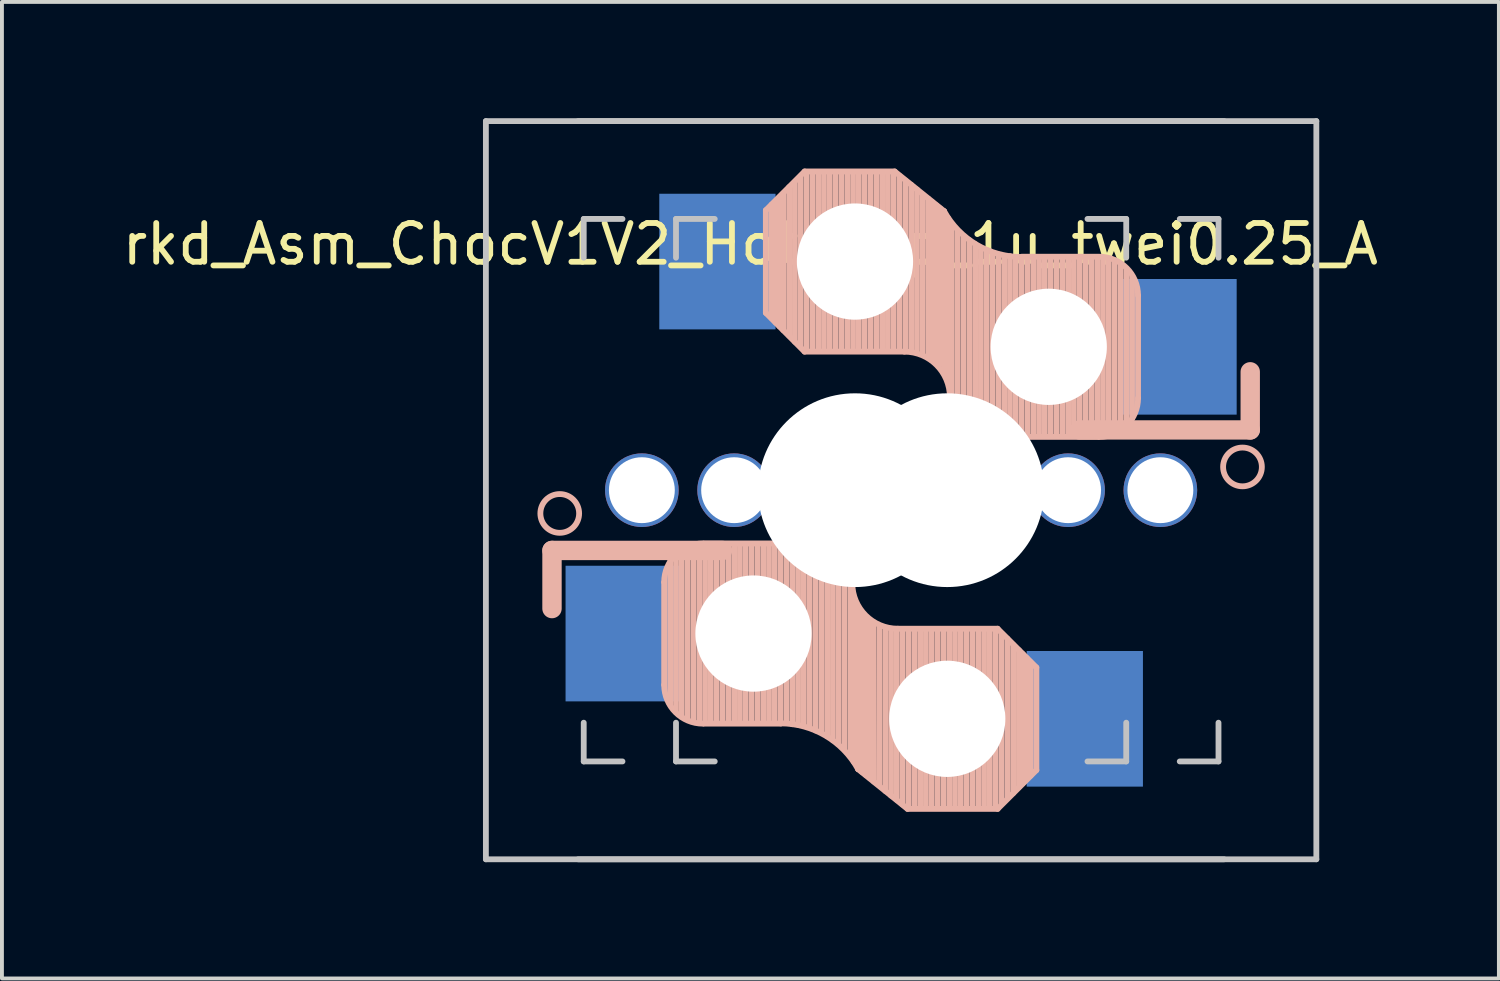
<source format=kicad_pcb>
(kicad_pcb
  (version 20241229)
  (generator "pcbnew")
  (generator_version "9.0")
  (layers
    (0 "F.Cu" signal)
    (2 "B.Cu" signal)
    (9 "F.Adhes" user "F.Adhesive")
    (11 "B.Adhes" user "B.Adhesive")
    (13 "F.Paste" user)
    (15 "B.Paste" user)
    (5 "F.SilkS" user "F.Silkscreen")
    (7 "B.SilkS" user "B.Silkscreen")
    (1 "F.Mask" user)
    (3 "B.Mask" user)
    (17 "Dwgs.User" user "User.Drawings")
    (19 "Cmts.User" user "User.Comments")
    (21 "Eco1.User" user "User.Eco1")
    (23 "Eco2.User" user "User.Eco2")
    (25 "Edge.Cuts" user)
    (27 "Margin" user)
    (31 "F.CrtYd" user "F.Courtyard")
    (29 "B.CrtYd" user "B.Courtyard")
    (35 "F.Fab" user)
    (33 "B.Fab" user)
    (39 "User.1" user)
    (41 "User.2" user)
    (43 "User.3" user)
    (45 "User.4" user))
  (footprint "rkd_Asm_ChocV1V2_Hotswap_1u_twei0.25_A"
    (layer "F.Cu")
    (at 21.395 9.6)
    (property "Reference" "rkd_Asm_ChocV1V2_Hotswap_1u_twei0.25_A" (at -5.08 -6.35 180) (layer "F.SilkS") (effects (font (size 1 1) (thickness 0.15))))
    (attr through_hole)
    (fp_line (start -10.2 1.555) (end -10.2 3.055) (stroke (width 0.5) (type default)) (layer "B.SilkS"))
    (fp_line (start -7.305 2.375) (end -7.305 5.025) (stroke (width 0.15) (type solid)) (layer "B.SilkS"))
    (fp_line (start -7.15 5.53) (end -7.15 1.85) (stroke (width 0.15) (type solid)) (layer "B.SilkS"))
    (fp_line (start -7 5.7) (end -7 1.73) (stroke (width 0.15) (type solid)) (layer "B.SilkS"))
    (fp_line (start -6.85 5.84) (end -6.85 1.7) (stroke (width 0.15) (type solid)) (layer "B.SilkS"))
    (fp_line (start -6.7 5.92) (end -6.7 1.8) (stroke (width 0.15) (type solid)) (layer "B.SilkS"))
    (fp_line (start -6.55 5.97) (end -6.55 1.65) (stroke (width 0.15) (type solid)) (layer "B.SilkS"))
    (fp_line (start -6.4 6.01) (end -6.4 1.5) (stroke (width 0.15) (type solid)) (layer "B.SilkS"))
    (fp_line (start -6.25 6) (end -6.25 1.4) (stroke (width 0.15) (type solid)) (layer "B.SilkS"))
    (fp_line (start -6.1 6) (end -6.1 1.4) (stroke (width 0.15) (type solid)) (layer "B.SilkS"))
    (fp_line (start -5.95 6) (end -5.95 1.4) (stroke (width 0.15) (type solid)) (layer "B.SilkS"))
    (fp_line (start -5.8 1.555) (end -10.2 1.555) (stroke (width 0.5) (type default)) (layer "B.SilkS"))
    (fp_line (start -5.8 6) (end -5.8 1.4) (stroke (width 0.15) (type solid)) (layer "B.SilkS"))
    (fp_line (start -5.65 6) (end -5.65 1.4) (stroke (width 0.15) (type solid)) (layer "B.SilkS"))
    (fp_line (start -5.5 6) (end -5.5 1.4) (stroke (width 0.15) (type solid)) (layer "B.SilkS"))
    (fp_line (start -5.35 6) (end -5.35 1.4) (stroke (width 0.15) (type solid)) (layer "B.SilkS"))
    (fp_line (start -5.2 6) (end -5.2 1.4) (stroke (width 0.15) (type solid)) (layer "B.SilkS"))
    (fp_line (start -5.05 6) (end -5.05 1.4) (stroke (width 0.15) (type solid)) (layer "B.SilkS"))
    (fp_line (start -4.9 6) (end -4.9 1.4) (stroke (width 0.15) (type solid)) (layer "B.SilkS"))
    (fp_line (start -4.75 6) (end -4.75 1.4) (stroke (width 0.15) (type solid)) (layer "B.SilkS"))
    (fp_line (start -4.681 -7.225) (end -3.681 -8.225) (stroke (width 0.15) (type solid)) (layer "B.SilkS"))
    (fp_line (start -4.681 -4.575) (end -4.681 -7.225) (stroke (width 0.15) (type solid)) (layer "B.SilkS"))
    (fp_line (start -4.681 -4.575) (end -3.681 -3.575) (stroke (width 0.15) (type solid)) (layer "B.SilkS"))
    (fp_line (start -4.6 6) (end -4.6 1.4) (stroke (width 0.15) (type solid)) (layer "B.SilkS"))
    (fp_line (start -4.531 -7.37) (end -4.531 -4.44) (stroke (width 0.15) (type solid)) (layer "B.SilkS"))
    (fp_line (start -4.45 6) (end -4.45 1.4) (stroke (width 0.15) (type solid)) (layer "B.SilkS"))
    (fp_line (start -4.431 -7.45) (end -4.431 -4.33) (stroke (width 0.15) (type solid)) (layer "B.SilkS"))
    (fp_line (start -4.331 -7.56) (end -4.331 -4.23) (stroke (width 0.15) (type solid)) (layer "B.SilkS"))
    (fp_line (start -4.3 6) (end -4.3 1.4) (stroke (width 0.15) (type solid)) (layer "B.SilkS"))
    (fp_line (start -4.3 6.025) (end -6.275 6.025) (stroke (width 0.15) (type solid)) (layer "B.SilkS"))
    (fp_line (start -4.231 -7.66) (end -4.231 -4.13) (stroke (width 0.15) (type solid)) (layer "B.SilkS"))
    (fp_line (start -4.15 6) (end -4.15 1.45) (stroke (width 0.15) (type solid)) (layer "B.SilkS"))
    (fp_line (start -4.081 -7.82) (end -4.081 -3.99) (stroke (width 0.15) (type solid)) (layer "B.SilkS"))
    (fp_line (start -4 6.04) (end -4 1.4) (stroke (width 0.15) (type solid)) (layer "B.SilkS"))
    (fp_line (start -3.931 -7.95) (end -3.931 -3.83) (stroke (width 0.15) (type solid)) (layer "B.SilkS"))
    (fp_line (start -3.85 6.05) (end -3.85 1.4) (stroke (width 0.15) (type solid)) (layer "B.SilkS"))
    (fp_line (start -3.781 -8.09) (end -3.781 -3.7) (stroke (width 0.15) (type solid)) (layer "B.SilkS"))
    (fp_line (start -3.7 6.05) (end -3.7 1.45) (stroke (width 0.15) (type solid)) (layer "B.SilkS"))
    (fp_line (start -3.681 -8.225) (end -1.356 -8.225) (stroke (width 0.15) (type solid)) (layer "B.SilkS"))
    (fp_line (start -3.681 -3.575) (end -1.106 -3.575) (stroke (width 0.15) (type solid)) (layer "B.SilkS"))
    (fp_line (start -3.631 -8.2) (end -3.631 -3.6) (stroke (width 0.15) (type solid)) (layer "B.SilkS"))
    (fp_line (start -3.55 6.1) (end -3.55 1.39) (stroke (width 0.15) (type solid)) (layer "B.SilkS"))
    (fp_line (start -3.481 -8.2) (end -3.481 -3.6) (stroke (width 0.15) (type solid)) (layer "B.SilkS"))
    (fp_line (start -3.4 6.2) (end -3.4 1.38) (stroke (width 0.15) (type solid)) (layer "B.SilkS"))
    (fp_line (start -3.331 -8.2) (end -3.331 -3.6) (stroke (width 0.15) (type solid)) (layer "B.SilkS"))
    (fp_line (start -3.311 1.375) (end -6.275 1.375) (stroke (width 0.15) (type solid)) (layer "B.SilkS"))
    (fp_line (start -3.25 6.25) (end -3.25 1.4) (stroke (width 0.15) (type solid)) (layer "B.SilkS"))
    (fp_line (start -3.181 -8.2) (end -3.181 -3.6) (stroke (width 0.15) (type solid)) (layer "B.SilkS"))
    (fp_line (start -3.1 6.35) (end -3.1 1.43) (stroke (width 0.15) (type solid)) (layer "B.SilkS"))
    (fp_line (start -3.031 -8.2) (end -3.031 -3.6) (stroke (width 0.15) (type solid)) (layer "B.SilkS"))
    (fp_line (start -2.95 6.45) (end -2.95 1.48) (stroke (width 0.15) (type solid)) (layer "B.SilkS"))
    (fp_line (start -2.881 -8.2) (end -2.881 -3.6) (stroke (width 0.15) (type solid)) (layer "B.SilkS"))
    (fp_line (start -2.8 6.55) (end -2.8 1.56) (stroke (width 0.15) (type solid)) (layer "B.SilkS"))
    (fp_line (start -2.731 -8.2) (end -2.731 -3.6) (stroke (width 0.15) (type solid)) (layer "B.SilkS"))
    (fp_line (start -2.65 6.7) (end -2.65 1.75) (stroke (width 0.15) (type solid)) (layer "B.SilkS"))
    (fp_line (start -2.581 -8.2) (end -2.581 -3.6) (stroke (width 0.15) (type solid)) (layer "B.SilkS"))
    (fp_line (start -2.5 6.85) (end -2.5 1.95) (stroke (width 0.15) (type solid)) (layer "B.SilkS"))
    (fp_line (start -2.45 2.4) (end -2.45 2.077) (stroke (width 0.15) (type default)) (layer "B.SilkS"))
    (fp_line (start -2.431 -8.2) (end -2.431 -3.6) (stroke (width 0.15) (type solid)) (layer "B.SilkS"))
    (fp_line (start -2.4 7.02) (end -2.4 2.9) (stroke (width 0.15) (type solid)) (layer "B.SilkS"))
    (fp_line (start -2.3 7.2) (end -2.3 3.05) (stroke (width 0.15) (type solid)) (layer "B.SilkS"))
    (fp_line (start -2.3 7.2) (end -1.025 8.225) (stroke (width 0.15) (type solid)) (layer "B.SilkS"))
    (fp_line (start -2.281 -8.2) (end -2.281 -3.6) (stroke (width 0.15) (type solid)) (layer "B.SilkS"))
    (fp_line (start -2.2 7.27) (end -2.2 3.25) (stroke (width 0.15) (type solid)) (layer "B.SilkS"))
    (fp_line (start -2.131 -8.2) (end -2.131 -3.6) (stroke (width 0.15) (type solid)) (layer "B.SilkS"))
    (fp_line (start -2.1 7.35) (end -2.1 3.35) (stroke (width 0.15) (type solid)) (layer "B.SilkS"))
    (fp_line (start -2 7.43) (end -2 3.4) (stroke (width 0.15) (type solid)) (layer "B.SilkS"))
    (fp_line (start -1.981 -8.2) (end -1.981 -3.6) (stroke (width 0.15) (type solid)) (layer "B.SilkS"))
    (fp_line (start -1.89 7.52) (end -1.9 3.45) (stroke (width 0.15) (type solid)) (layer "B.SilkS"))
    (fp_line (start -1.831 -8.2) (end -1.831 -3.6) (stroke (width 0.15) (type solid)) (layer "B.SilkS"))
    (fp_line (start -1.75 7.62) (end -1.75 3.5) (stroke (width 0.15) (type solid)) (layer "B.SilkS"))
    (fp_line (start -1.681 -8.2) (end -1.681 -3.6) (stroke (width 0.15) (type solid)) (layer "B.SilkS"))
    (fp_line (start -1.6 7.76) (end -1.6 3.6) (stroke (width 0.15) (type solid)) (layer "B.SilkS"))
    (fp_line (start -1.531 -8.2) (end -1.531 -3.6) (stroke (width 0.15) (type solid)) (layer "B.SilkS"))
    (fp_line (start -1.45 7.88) (end -1.45 3.6) (stroke (width 0.15) (type solid)) (layer "B.SilkS"))
    (fp_line (start -1.381 -8.2) (end -1.381 -3.6) (stroke (width 0.15) (type solid)) (layer "B.SilkS"))
    (fp_line (start -1.3 7.99) (end -1.3 3.6) (stroke (width 0.15) (type solid)) (layer "B.SilkS"))
    (fp_line (start -1.231 -8.11) (end -1.231 -3.65) (stroke (width 0.15) (type solid)) (layer "B.SilkS"))
    (fp_line (start -1.15 8.11) (end -1.15 3.65) (stroke (width 0.15) (type solid)) (layer "B.SilkS"))
    (fp_line (start -1.081 -7.99) (end -1.081 -3.6) (stroke (width 0.15) (type solid)) (layer "B.SilkS"))
    (fp_line (start -1 8.2) (end -1 3.6) (stroke (width 0.15) (type solid)) (layer "B.SilkS"))
    (fp_line (start -0.931 -7.88) (end -0.931 -3.6) (stroke (width 0.15) (type solid)) (layer "B.SilkS"))
    (fp_line (start -0.85 8.2) (end -0.85 3.6) (stroke (width 0.15) (type solid)) (layer "B.SilkS"))
    (fp_line (start -0.781 -7.76) (end -0.781 -3.6) (stroke (width 0.15) (type solid)) (layer "B.SilkS"))
    (fp_line (start -0.7 8.2) (end -0.7 3.6) (stroke (width 0.15) (type solid)) (layer "B.SilkS"))
    (fp_line (start -0.631 -7.62) (end -0.631 -3.5) (stroke (width 0.15) (type solid)) (layer "B.SilkS"))
    (fp_line (start -0.55 8.2) (end -0.55 3.6) (stroke (width 0.15) (type solid)) (layer "B.SilkS"))
    (fp_line (start -0.491 -7.52) (end -0.481 -3.45) (stroke (width 0.15) (type solid)) (layer "B.SilkS"))
    (fp_line (start -0.4 8.2) (end -0.4 3.6) (stroke (width 0.15) (type solid)) (layer "B.SilkS"))
    (fp_line (start -0.381 -7.43) (end -0.381 -3.4) (stroke (width 0.15) (type solid)) (layer "B.SilkS"))
    (fp_line (start -0.281 -7.35) (end -0.281 -3.35) (stroke (width 0.15) (type solid)) (layer "B.SilkS"))
    (fp_line (start -0.25 8.2) (end -0.25 3.6) (stroke (width 0.15) (type solid)) (layer "B.SilkS"))
    (fp_line (start -0.181 -7.27) (end -0.181 -3.25) (stroke (width 0.15) (type solid)) (layer "B.SilkS"))
    (fp_line (start -0.1 8.2) (end -0.1 3.6) (stroke (width 0.15) (type solid)) (layer "B.SilkS"))
    (fp_line (start -0.081 -7.2) (end -1.356 -8.225) (stroke (width 0.15) (type solid)) (layer "B.SilkS"))
    (fp_line (start -0.081 -7.2) (end -0.081 -3.05) (stroke (width 0.15) (type solid)) (layer "B.SilkS"))
    (fp_line (start 0.019 -7.02) (end 0.019 -2.9) (stroke (width 0.15) (type solid)) (layer "B.SilkS"))
    (fp_line (start 0.05 8.2) (end 0.05 3.6) (stroke (width 0.15) (type solid)) (layer "B.SilkS"))
    (fp_line (start 0.069 -2.4) (end 0.069 -2.077) (stroke (width 0.15) (type default)) (layer "B.SilkS"))
    (fp_line (start 0.119 -6.85) (end 0.119 -1.95) (stroke (width 0.15) (type solid)) (layer "B.SilkS"))
    (fp_line (start 0.2 8.2) (end 0.2 3.6) (stroke (width 0.15) (type solid)) (layer "B.SilkS"))
    (fp_line (start 0.269 -6.7) (end 0.269 -1.75) (stroke (width 0.15) (type solid)) (layer "B.SilkS"))
    (fp_line (start 0.35 8.2) (end 0.35 3.6) (stroke (width 0.15) (type solid)) (layer "B.SilkS"))
    (fp_line (start 0.419 -6.55) (end 0.419 -1.56) (stroke (width 0.15) (type solid)) (layer "B.SilkS"))
    (fp_line (start 0.5 8.2) (end 0.5 3.6) (stroke (width 0.15) (type solid)) (layer "B.SilkS"))
    (fp_line (start 0.569 -6.45) (end 0.569 -1.48) (stroke (width 0.15) (type solid)) (layer "B.SilkS"))
    (fp_line (start 0.65 8.2) (end 0.65 3.6) (stroke (width 0.15) (type solid)) (layer "B.SilkS"))
    (fp_line (start 0.719 -6.35) (end 0.719 -1.43) (stroke (width 0.15) (type solid)) (layer "B.SilkS"))
    (fp_line (start 0.8 8.2) (end 0.8 3.6) (stroke (width 0.15) (type solid)) (layer "B.SilkS"))
    (fp_line (start 0.869 -6.25) (end 0.869 -1.4) (stroke (width 0.15) (type solid)) (layer "B.SilkS"))
    (fp_line (start 0.93 -1.375) (end 3.894 -1.375) (stroke (width 0.15) (type solid)) (layer "B.SilkS"))
    (fp_line (start 0.95 8.2) (end 0.95 3.6) (stroke (width 0.15) (type solid)) (layer "B.SilkS"))
    (fp_line (start 1.019 -6.2) (end 1.019 -1.38) (stroke (width 0.15) (type solid)) (layer "B.SilkS"))
    (fp_line (start 1.1 8.2) (end 1.1 3.6) (stroke (width 0.15) (type solid)) (layer "B.SilkS"))
    (fp_line (start 1.169 -6.1) (end 1.169 -1.39) (stroke (width 0.15) (type solid)) (layer "B.SilkS"))
    (fp_line (start 1.25 8.2) (end 1.25 3.6) (stroke (width 0.15) (type solid)) (layer "B.SilkS"))
    (fp_line (start 1.3 3.575) (end -1.275 3.575) (stroke (width 0.15) (type solid)) (layer "B.SilkS"))
    (fp_line (start 1.3 8.225) (end -1.025 8.225) (stroke (width 0.15) (type solid)) (layer "B.SilkS"))
    (fp_line (start 1.319 -6.05) (end 1.319 -1.45) (stroke (width 0.15) (type solid)) (layer "B.SilkS"))
    (fp_line (start 1.4 8.09) (end 1.4 3.7) (stroke (width 0.15) (type solid)) (layer "B.SilkS"))
    (fp_line (start 1.469 -6.05) (end 1.469 -1.4) (stroke (width 0.15) (type solid)) (layer "B.SilkS"))
    (fp_line (start 1.55 7.95) (end 1.55 3.83) (stroke (width 0.15) (type solid)) (layer "B.SilkS"))
    (fp_line (start 1.619 -6.04) (end 1.619 -1.4) (stroke (width 0.15) (type solid)) (layer "B.SilkS"))
    (fp_line (start 1.7 7.82) (end 1.7 3.99) (stroke (width 0.15) (type solid)) (layer "B.SilkS"))
    (fp_line (start 1.769 -6) (end 1.769 -1.45) (stroke (width 0.15) (type solid)) (layer "B.SilkS"))
    (fp_line (start 1.85 7.66) (end 1.85 4.13) (stroke (width 0.15) (type solid)) (layer "B.SilkS"))
    (fp_line (start 1.919 -6.025) (end 3.894 -6.025) (stroke (width 0.15) (type solid)) (layer "B.SilkS"))
    (fp_line (start 1.919 -6) (end 1.919 -1.4) (stroke (width 0.15) (type solid)) (layer "B.SilkS"))
    (fp_line (start 1.95 7.56) (end 1.95 4.23) (stroke (width 0.15) (type solid)) (layer "B.SilkS"))
    (fp_line (start 2.05 7.45) (end 2.05 4.33) (stroke (width 0.15) (type solid)) (layer "B.SilkS"))
    (fp_line (start 2.069 -6) (end 2.069 -1.4) (stroke (width 0.15) (type solid)) (layer "B.SilkS"))
    (fp_line (start 2.15 7.37) (end 2.15 4.44) (stroke (width 0.15) (type solid)) (layer "B.SilkS"))
    (fp_line (start 2.219 -6) (end 2.219 -1.4) (stroke (width 0.15) (type solid)) (layer "B.SilkS"))
    (fp_line (start 2.3 4.575) (end 1.3 3.575) (stroke (width 0.15) (type solid)) (layer "B.SilkS"))
    (fp_line (start 2.3 4.575) (end 2.3 7.225) (stroke (width 0.15) (type solid)) (layer "B.SilkS"))
    (fp_line (start 2.3 7.225) (end 1.3 8.225) (stroke (width 0.15) (type solid)) (layer "B.SilkS"))
    (fp_line (start 2.369 -6) (end 2.369 -1.4) (stroke (width 0.15) (type solid)) (layer "B.SilkS"))
    (fp_line (start 2.519 -6) (end 2.519 -1.4) (stroke (width 0.15) (type solid)) (layer "B.SilkS"))
    (fp_line (start 2.669 -6) (end 2.669 -1.4) (stroke (width 0.15) (type solid)) (layer "B.SilkS"))
    (fp_line (start 2.819 -6) (end 2.819 -1.4) (stroke (width 0.15) (type solid)) (layer "B.SilkS"))
    (fp_line (start 2.969 -6) (end 2.969 -1.4) (stroke (width 0.15) (type solid)) (layer "B.SilkS"))
    (fp_line (start 3.119 -6) (end 3.119 -1.4) (stroke (width 0.15) (type solid)) (layer "B.SilkS"))
    (fp_line (start 3.269 -6) (end 3.269 -1.4) (stroke (width 0.15) (type solid)) (layer "B.SilkS"))
    (fp_line (start 3.419 -6) (end 3.419 -1.4) (stroke (width 0.15) (type solid)) (layer "B.SilkS"))
    (fp_line (start 3.419 -1.555) (end 7.819 -1.555) (stroke (width 0.5) (type default)) (layer "B.SilkS"))
    (fp_line (start 3.569 -6) (end 3.569 -1.4) (stroke (width 0.15) (type solid)) (layer "B.SilkS"))
    (fp_line (start 3.719 -6) (end 3.719 -1.4) (stroke (width 0.15) (type solid)) (layer "B.SilkS"))
    (fp_line (start 3.869 -6) (end 3.869 -1.4) (stroke (width 0.15) (type solid)) (layer "B.SilkS"))
    (fp_line (start 4.019 -6.01) (end 4.019 -1.5) (stroke (width 0.15) (type solid)) (layer "B.SilkS"))
    (fp_line (start 4.169 -5.97) (end 4.169 -1.65) (stroke (width 0.15) (type solid)) (layer "B.SilkS"))
    (fp_line (start 4.319 -5.92) (end 4.319 -1.8) (stroke (width 0.15) (type solid)) (layer "B.SilkS"))
    (fp_line (start 4.469 -5.84) (end 4.469 -1.7) (stroke (width 0.15) (type solid)) (layer "B.SilkS"))
    (fp_line (start 4.619 -5.7) (end 4.619 -1.73) (stroke (width 0.15) (type solid)) (layer "B.SilkS"))
    (fp_line (start 4.769 -5.53) (end 4.769 -1.85) (stroke (width 0.15) (type solid)) (layer "B.SilkS"))
    (fp_line (start 4.924 -2.375) (end 4.924 -5.025) (stroke (width 0.15) (type solid)) (layer "B.SilkS"))
    (fp_line (start 7.819 -1.555) (end 7.819 -3.055) (stroke (width 0.5) (type default)) (layer "B.SilkS"))
    (fp_arc (start -7.305 2.375) (mid -7.012107 1.667893) (end -6.305 1.375) (stroke (width 0.15) (type solid)) (layer "B.SilkS"))
    (fp_arc (start -6.305 6.025) (mid -7.012107 5.732107) (end -7.305 5.025) (stroke (width 0.15) (type solid)) (layer "B.SilkS"))
    (fp_arc (start -4.3 6.017458) (mid -3.138277 6.335211) (end -2.3 7.2) (stroke (width 0.15) (type solid)) (layer "B.SilkS"))
    (fp_arc (start -3.311204 1.375) (mid -2.763915 1.58277) (end -2.45 2.076887) (stroke (width 0.15) (type solid)) (layer "B.SilkS"))
    (fp_arc (start -1.275 3.575) (mid -2.10585 3.23085) (end -2.45 2.4) (stroke (width 0.15) (type solid)) (layer "B.SilkS"))
    (fp_arc (start -1.10625 -3.575) (mid -0.2754 -3.23085) (end 0.06875 -2.4) (stroke (width 0.15) (type solid)) (layer "B.SilkS"))
    (fp_arc (start 0.929954 -1.375) (mid 0.382665 -1.58277) (end 0.06875 -2.076887) (stroke (width 0.15) (type solid)) (layer "B.SilkS"))
    (fp_arc (start 1.91875 -6.017458) (mid 0.757027 -6.335211) (end -0.08125 -7.2) (stroke (width 0.15) (type solid)) (layer "B.SilkS"))
    (fp_arc (start 3.92375 -6.025) (mid 4.630857 -5.732107) (end 4.92375 -5.025) (stroke (width 0.15) (type solid)) (layer "B.SilkS"))
    (fp_arc (start 4.92375 -2.375) (mid 4.630857 -1.667893) (end 3.92375 -1.375) (stroke (width 0.15) (type solid)) (layer "B.SilkS"))
    (fp_circle (center -10 0.6) (end -9.5 0.6) (stroke (width 0.15) (type default)) (fill no) (layer "B.SilkS"))
    (fp_circle (center 7.619 -0.6) (end 7.119 -0.6) (stroke (width 0.15) (type default)) (fill no) (layer "B.SilkS"))
    (fp_line (start -11.906 -9.525) (end 7.144 -9.525) (stroke (width 0.15) (type solid)) (layer "Dwgs.User"))
    (fp_line (start -11.906 9.525) (end -11.906 -9.525) (stroke (width 0.15) (type solid)) (layer "Dwgs.User"))
    (fp_line (start -9.525 -9.525) (end 9.525 -9.525) (stroke (width 0.15) (type solid)) (layer "Dwgs.User"))
    (fp_line (start -9.381 -7) (end -9.381 -6) (stroke (width 0.15) (type solid)) (layer "Dwgs.User"))
    (fp_line (start -9.381 6) (end -9.381 7) (stroke (width 0.15) (type solid)) (layer "Dwgs.User"))
    (fp_line (start -9.381 7) (end -8.381 7) (stroke (width 0.15) (type solid)) (layer "Dwgs.User"))
    (fp_line (start -8.381 -7) (end -9.381 -7) (stroke (width 0.15) (type solid)) (layer "Dwgs.User"))
    (fp_line (start -7 -7) (end -6 -7) (stroke (width 0.15) (type solid)) (layer "Dwgs.User"))
    (fp_line (start -7 -6) (end -7 -7) (stroke (width 0.15) (type solid)) (layer "Dwgs.User"))
    (fp_line (start -7 7) (end -7 6) (stroke (width 0.15) (type solid)) (layer "Dwgs.User"))
    (fp_line (start -6 7) (end -7 7) (stroke (width 0.15) (type solid)) (layer "Dwgs.User"))
    (fp_line (start 3.619 -7) (end 4.619 -7) (stroke (width 0.15) (type solid)) (layer "Dwgs.User"))
    (fp_line (start 4.619 -7) (end 4.619 -6) (stroke (width 0.15) (type solid)) (layer "Dwgs.User"))
    (fp_line (start 4.619 6) (end 4.619 7) (stroke (width 0.15) (type solid)) (layer "Dwgs.User"))
    (fp_line (start 4.619 7) (end 3.619 7) (stroke (width 0.15) (type solid)) (layer "Dwgs.User"))
    (fp_line (start 6 7) (end 7 7) (stroke (width 0.15) (type solid)) (layer "Dwgs.User"))
    (fp_line (start 7 -7) (end 6 -7) (stroke (width 0.15) (type solid)) (layer "Dwgs.User"))
    (fp_line (start 7 -6) (end 7 -7) (stroke (width 0.15) (type solid)) (layer "Dwgs.User"))
    (fp_line (start 7 7) (end 7 6) (stroke (width 0.15) (type solid)) (layer "Dwgs.User"))
    (fp_line (start 7.144 9.525) (end -11.906 9.525) (stroke (width 0.15) (type solid)) (layer "Dwgs.User"))
    (fp_line (start 9.525 -9.525) (end 9.525 9.525) (stroke (width 0.15) (type solid)) (layer "Dwgs.User"))
    (fp_line (start 9.525 9.525) (end -9.525 9.525) (stroke (width 0.15) (type solid)) (layer "Dwgs.User"))
    (pad "" np_thru_hole circle (at -7.881 0 180) (size 1.9 1.9) (drill 1.7) (layers "*.Cu" "*.Mask"))
    (pad "" np_thru_hole circle (at -5.5 0) (size 1.9 1.9) (drill 1.7) (layers "*.Cu" "*.Mask"))
    (pad "" np_thru_hole circle (at -5 3.7 90) (size 3 3) (drill 3) (layers "*.Cu" "*.Mask"))
    (pad "" np_thru_hole circle (at -2.381 -5.9 270) (size 3 3) (drill 3) (layers "*.Cu" "*.Mask"))
    (pad "" np_thru_hole circle (at -2.381 0 270) (size 5 5) (drill 5) (layers "*.Cu" "*.Mask"))
    (pad "" np_thru_hole circle (at 0 0 90) (size 5 5) (drill 5) (layers "*.Cu" "*.Mask"))
    (pad "" np_thru_hole circle (at 0 5.9 90) (size 3 3) (drill 3) (layers "*.Cu" "*.Mask"))
    (pad "" np_thru_hole circle (at 2.619 -3.7 270) (size 3 3) (drill 3) (layers "*.Cu" "*.Mask"))
    (pad "" np_thru_hole circle (at 3.119 0 180) (size 1.9 1.9) (drill 1.7) (layers "*.Cu" "*.Mask"))
    (pad "" np_thru_hole circle (at 5.5 0) (size 1.9 1.9) (drill 1.7) (layers "*.Cu" "*.Mask"))
    (pad "1" smd rect (at -8.35 3.7 180) (size 3 3.5) (layers "B.Cu" "B.Mask" "B.Paste"))
    (pad "1" smd rect (at -5.931 -5.9) (size 3 3.5) (layers "B.Cu" "B.Mask" "B.Paste"))
    (pad "2" smd rect (at 3.55 5.9 180) (size 3 3.5) (layers "B.Cu" "B.Mask" "B.Paste"))
    (pad "2" smd rect (at 5.969 -3.7) (size 3 3.5) (layers "B.Cu" "B.Mask" "B.Paste")))
  (gr_rect
    (start -3 -3)
    (end 35.631 22.2)
    (stroke (width 0.1) (type default))
    (fill no)
    (layer "Edge.Cuts")))
</source>
